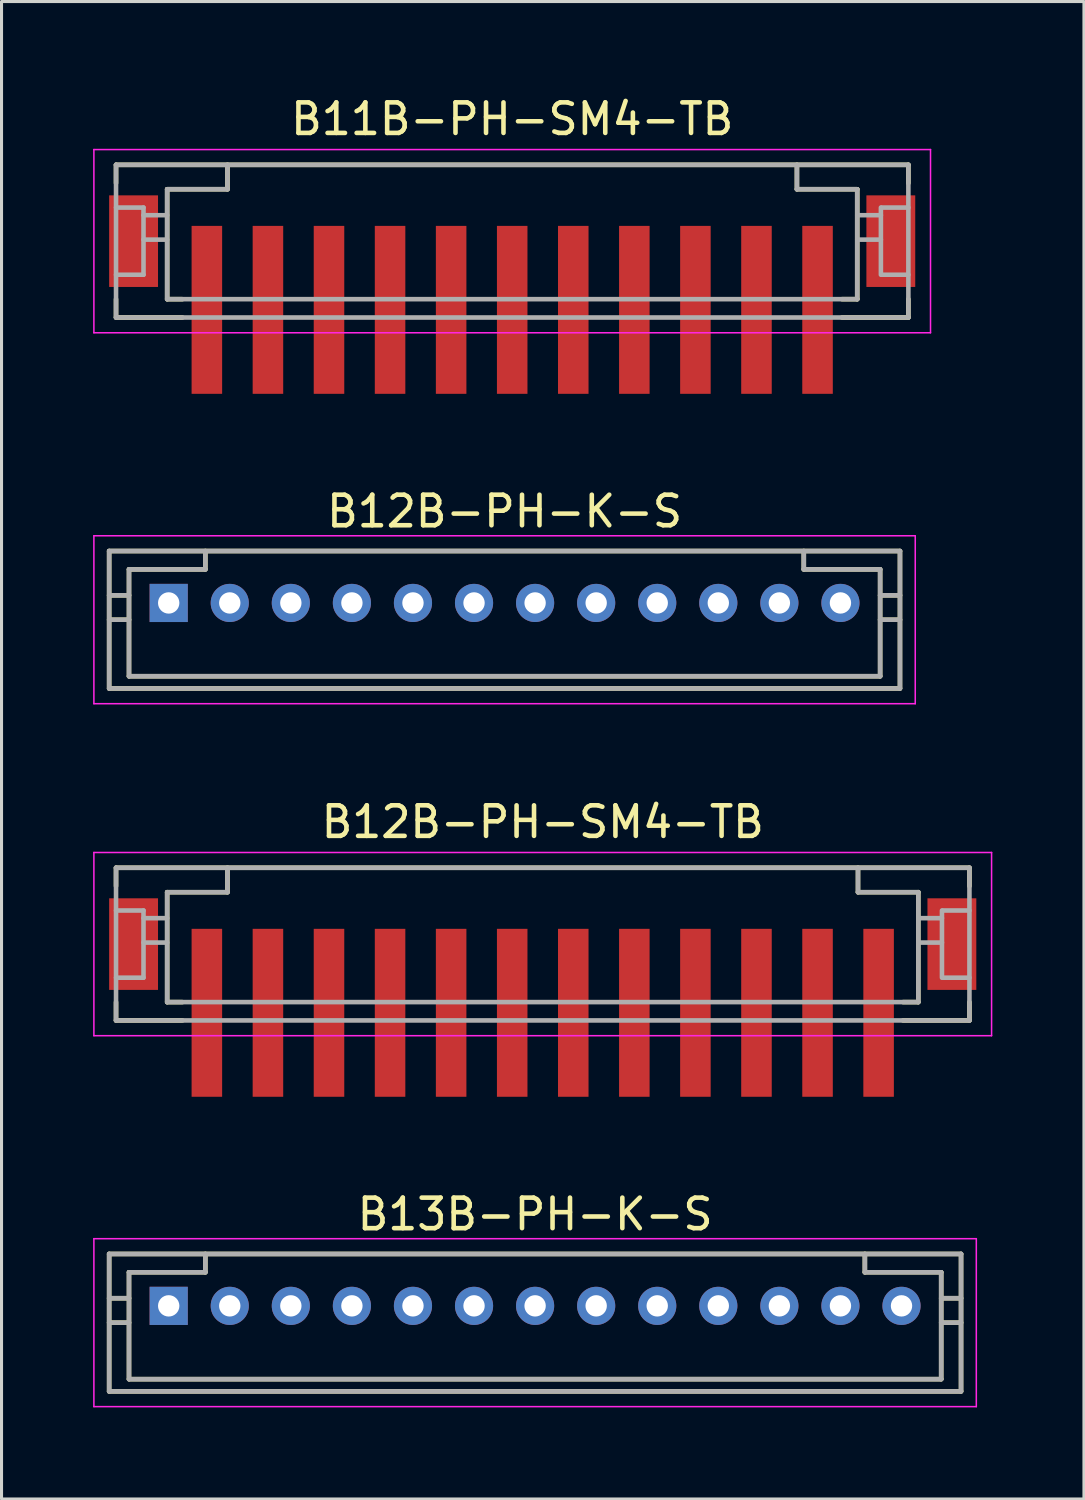
<source format=kicad_pcb>
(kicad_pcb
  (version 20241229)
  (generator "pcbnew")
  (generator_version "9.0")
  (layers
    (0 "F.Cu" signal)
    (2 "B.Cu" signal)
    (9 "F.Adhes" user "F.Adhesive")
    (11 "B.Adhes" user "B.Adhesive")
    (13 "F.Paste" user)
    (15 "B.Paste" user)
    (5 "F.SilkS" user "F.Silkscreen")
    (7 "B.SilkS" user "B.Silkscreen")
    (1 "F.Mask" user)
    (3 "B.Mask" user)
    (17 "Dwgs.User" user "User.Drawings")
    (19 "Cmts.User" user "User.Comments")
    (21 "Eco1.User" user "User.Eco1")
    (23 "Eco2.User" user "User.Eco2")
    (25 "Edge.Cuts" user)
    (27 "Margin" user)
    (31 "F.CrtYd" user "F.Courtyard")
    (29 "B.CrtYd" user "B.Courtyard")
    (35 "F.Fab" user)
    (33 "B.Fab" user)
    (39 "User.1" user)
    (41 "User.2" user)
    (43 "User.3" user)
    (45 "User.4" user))
  (footprint "B12B-PH-K-S"
    (layer "F.Cu")
    (at 13.475 16.697)
    (property "Reference" "B12B-PH-K-S" (at 0 -3 0) (layer "F.SilkS") (effects (font (size 1 1) (thickness 0.15))))
    (attr smd)
    (fp_line (start -12.95 -1.7) (end -12.95 2.8) (stroke (width 0.15) (type solid)) (layer "F.SilkS"))
    (fp_line (start -12.95 -1.7) (end 12.95 -1.7) (stroke (width 0.15) (type solid)) (layer "F.SilkS"))
    (fp_line (start -12.95 -0.25) (end -12.3 -0.25) (stroke (width 0.15) (type solid)) (layer "F.SilkS"))
    (fp_line (start -12.95 0.55) (end -12.3 0.55) (stroke (width 0.15) (type solid)) (layer "F.SilkS"))
    (fp_line (start -12.95 2.8) (end 12.95 2.8) (stroke (width 0.15) (type solid)) (layer "F.SilkS"))
    (fp_line (start -12.3 -1.1) (end -12.3 2.4) (stroke (width 0.15) (type solid)) (layer "F.SilkS"))
    (fp_line (start -12.3 -1.1) (end -9.8 -1.1) (stroke (width 0.15) (type solid)) (layer "F.SilkS"))
    (fp_line (start -12.3 2.4) (end 12.3 2.4) (stroke (width 0.15) (type solid)) (layer "F.SilkS"))
    (fp_line (start -9.8 -1.7) (end -9.8 -1.1) (stroke (width 0.15) (type solid)) (layer "F.SilkS"))
    (fp_line (start 9.8 -1.7) (end 9.8 -1.1) (stroke (width 0.15) (type solid)) (layer "F.SilkS"))
    (fp_line (start 9.8 -1.1) (end 12.3 -1.1) (stroke (width 0.15) (type solid)) (layer "F.SilkS"))
    (fp_line (start 12.3 -1.1) (end 12.3 2.4) (stroke (width 0.15) (type solid)) (layer "F.SilkS"))
    (fp_line (start 12.3 -0.25) (end 12.95 -0.25) (stroke (width 0.15) (type solid)) (layer "F.SilkS"))
    (fp_line (start 12.3 0.55) (end 12.95 0.55) (stroke (width 0.15) (type solid)) (layer "F.SilkS"))
    (fp_line (start 12.95 -1.7) (end 12.95 2.8) (stroke (width 0.15) (type solid)) (layer "F.SilkS"))
    (fp_line (start -13.45 -2.2) (end -13.45 3.3) (stroke (width 0.05) (type solid)) (layer "F.CrtYd"))
    (fp_line (start -13.45 -2.2) (end 13.45 -2.2) (stroke (width 0.05) (type solid)) (layer "F.CrtYd"))
    (fp_line (start -13.45 3.3) (end 13.45 3.3) (stroke (width 0.05) (type solid)) (layer "F.CrtYd"))
    (fp_line (start 13.45 -2.2) (end 13.45 3.3) (stroke (width 0.05) (type solid)) (layer "F.CrtYd"))
    (fp_line (start -12.95 -1.7) (end -12.95 2.8) (stroke (width 0.15) (type solid)) (layer "F.Fab"))
    (fp_line (start -12.95 -1.7) (end 12.95 -1.7) (stroke (width 0.15) (type solid)) (layer "F.Fab"))
    (fp_line (start -12.95 -0.25) (end -12.3 -0.25) (stroke (width 0.15) (type solid)) (layer "F.Fab"))
    (fp_line (start -12.95 0.55) (end -12.3 0.55) (stroke (width 0.15) (type solid)) (layer "F.Fab"))
    (fp_line (start -12.95 2.8) (end 12.95 2.8) (stroke (width 0.15) (type solid)) (layer "F.Fab"))
    (fp_line (start -12.3 -1.1) (end -12.3 2.4) (stroke (width 0.15) (type solid)) (layer "F.Fab"))
    (fp_line (start -12.3 -1.1) (end -9.8 -1.1) (stroke (width 0.15) (type solid)) (layer "F.Fab"))
    (fp_line (start -12.3 2.4) (end 12.3 2.4) (stroke (width 0.15) (type solid)) (layer "F.Fab"))
    (fp_line (start -9.8 -1.7) (end -9.8 -1.1) (stroke (width 0.15) (type solid)) (layer "F.Fab"))
    (fp_line (start 9.8 -1.7) (end 9.8 -1.1) (stroke (width 0.15) (type solid)) (layer "F.Fab"))
    (fp_line (start 9.8 -1.1) (end 12.3 -1.1) (stroke (width 0.15) (type solid)) (layer "F.Fab"))
    (fp_line (start 12.3 -1.1) (end 12.3 2.4) (stroke (width 0.15) (type solid)) (layer "F.Fab"))
    (fp_line (start 12.3 -0.25) (end 12.95 -0.25) (stroke (width 0.15) (type solid)) (layer "F.Fab"))
    (fp_line (start 12.3 0.55) (end 12.95 0.55) (stroke (width 0.15) (type solid)) (layer "F.Fab"))
    (fp_line (start 12.95 -1.7) (end 12.95 2.8) (stroke (width 0.15) (type solid)) (layer "F.Fab"))
    (pad "1" thru_hole rect (at -11 0) (size 1.25 1.25) (drill 0.7) (layers "*.Cu" "*.Mask"))
    (pad "2" thru_hole circle (at -9 0) (size 1.25 1.25) (drill 0.7) (layers "*.Cu" "*.Mask"))
    (pad "3" thru_hole circle (at -7 0) (size 1.25 1.25) (drill 0.7) (layers "*.Cu" "*.Mask"))
    (pad "4" thru_hole circle (at -5 0) (size 1.25 1.25) (drill 0.7) (layers "*.Cu" "*.Mask"))
    (pad "5" thru_hole circle (at -3 0) (size 1.25 1.25) (drill 0.7) (layers "*.Cu" "*.Mask"))
    (pad "6" thru_hole circle (at -1 0) (size 1.25 1.25) (drill 0.7) (layers "*.Cu" "*.Mask"))
    (pad "7" thru_hole circle (at 1 0) (size 1.25 1.25) (drill 0.7) (layers "*.Cu" "*.Mask"))
    (pad "8" thru_hole circle (at 3 0) (size 1.25 1.25) (drill 0.7) (layers "*.Cu" "*.Mask"))
    (pad "9" thru_hole circle (at 5 0) (size 1.25 1.25) (drill 0.7) (layers "*.Cu" "*.Mask"))
    (pad "10" thru_hole circle (at 7 0) (size 1.25 1.25) (drill 0.7) (layers "*.Cu" "*.Mask"))
    (pad "11" thru_hole circle (at 9 0) (size 1.25 1.25) (drill 0.7) (layers "*.Cu" "*.Mask"))
    (pad "12" thru_hole circle (at 11 0) (size 1.25 1.25) (drill 0.7) (layers "*.Cu" "*.Mask")))
  (footprint "B11B-PH-SM4-TB"
    (layer "F.Cu")
    (at 13.725 4.348)
    (property "Reference" "B11B-PH-SM4-TB" (at 0 -3.5 0) (layer "F.SilkS") (effects (font (size 1 1) (thickness 0.15))))
    (attr smd)
    (fp_line (start -12.975 -2) (end -12.975 -1.4) (stroke (width 0.15) (type solid)) (layer "F.SilkS"))
    (fp_line (start -12.975 -2) (end 12.975 -2) (stroke (width 0.15) (type solid)) (layer "F.SilkS"))
    (fp_line (start -12.975 2.4) (end -12.975 3) (stroke (width 0.15) (type solid)) (layer "F.SilkS"))
    (fp_line (start -12.975 3) (end -10.8 3) (stroke (width 0.15) (type solid)) (layer "F.SilkS"))
    (fp_line (start -11.3 -1.2) (end -11.3 2.4) (stroke (width 0.15) (type solid)) (layer "F.SilkS"))
    (fp_line (start -11.3 -1.2) (end -9.325 -1.2) (stroke (width 0.15) (type solid)) (layer "F.SilkS"))
    (fp_line (start -11.3 2.4) (end -10.8 2.4) (stroke (width 0.15) (type solid)) (layer "F.SilkS"))
    (fp_line (start -9.325 -2) (end -9.325 -1.2) (stroke (width 0.15) (type solid)) (layer "F.SilkS"))
    (fp_line (start 9.325 -2) (end 9.325 -1.2) (stroke (width 0.15) (type solid)) (layer "F.SilkS"))
    (fp_line (start 9.325 -1.2) (end 11.3 -1.2) (stroke (width 0.15) (type solid)) (layer "F.SilkS"))
    (fp_line (start 10.8 2.4) (end 11.3 2.4) (stroke (width 0.15) (type solid)) (layer "F.SilkS"))
    (fp_line (start 10.8 3) (end 12.975 3) (stroke (width 0.15) (type solid)) (layer "F.SilkS"))
    (fp_line (start 11.3 -1.2) (end 11.3 2.4) (stroke (width 0.15) (type solid)) (layer "F.SilkS"))
    (fp_line (start 12.975 -2) (end 12.975 -1.4) (stroke (width 0.15) (type solid)) (layer "F.SilkS"))
    (fp_line (start 12.975 2.4) (end 12.975 3) (stroke (width 0.15) (type solid)) (layer "F.SilkS"))
    (fp_line (start -13.7 -2.5) (end -13.7 3.5) (stroke (width 0.05) (type solid)) (layer "F.CrtYd"))
    (fp_line (start -13.7 -2.5) (end 13.7 -2.5) (stroke (width 0.05) (type solid)) (layer "F.CrtYd"))
    (fp_line (start -13.7 3.5) (end 13.7 3.5) (stroke (width 0.05) (type solid)) (layer "F.CrtYd"))
    (fp_line (start 13.7 -2.5) (end 13.7 3.5) (stroke (width 0.05) (type solid)) (layer "F.CrtYd"))
    (fp_line (start -12.975 -2) (end -12.975 3) (stroke (width 0.15) (type solid)) (layer "F.Fab"))
    (fp_line (start -12.975 -2) (end 12.975 -2) (stroke (width 0.15) (type solid)) (layer "F.Fab"))
    (fp_line (start -12.975 -0.6) (end -12.075 -0.6) (stroke (width 0.15) (type solid)) (layer "F.Fab"))
    (fp_line (start -12.975 1.6) (end -12.075 1.6) (stroke (width 0.15) (type solid)) (layer "F.Fab"))
    (fp_line (start -12.975 3) (end 12.975 3) (stroke (width 0.15) (type solid)) (layer "F.Fab"))
    (fp_line (start -12.075 -0.6) (end -12.075 1.6) (stroke (width 0.15) (type solid)) (layer "F.Fab"))
    (fp_line (start -12.075 -0.35) (end -11.3 -0.35) (stroke (width 0.15) (type solid)) (layer "F.Fab"))
    (fp_line (start -12.075 0.45) (end -11.3 0.45) (stroke (width 0.15) (type solid)) (layer "F.Fab"))
    (fp_line (start -11.3 -1.2) (end -11.3 2.4) (stroke (width 0.15) (type solid)) (layer "F.Fab"))
    (fp_line (start -11.3 -1.2) (end -9.325 -1.2) (stroke (width 0.15) (type solid)) (layer "F.Fab"))
    (fp_line (start -11.3 2.4) (end 11.3 2.4) (stroke (width 0.15) (type solid)) (layer "F.Fab"))
    (fp_line (start -9.325 -2) (end -9.325 -1.2) (stroke (width 0.15) (type solid)) (layer "F.Fab"))
    (fp_line (start 9.325 -2) (end 9.325 -1.2) (stroke (width 0.15) (type solid)) (layer "F.Fab"))
    (fp_line (start 9.325 -1.2) (end 11.3 -1.2) (stroke (width 0.15) (type solid)) (layer "F.Fab"))
    (fp_line (start 11.3 -1.2) (end 11.3 2.4) (stroke (width 0.15) (type solid)) (layer "F.Fab"))
    (fp_line (start 11.3 -0.35) (end 12.075 -0.35) (stroke (width 0.15) (type solid)) (layer "F.Fab"))
    (fp_line (start 11.3 0.45) (end 12.075 0.45) (stroke (width 0.15) (type solid)) (layer "F.Fab"))
    (fp_line (start 12.075 -0.6) (end 12.075 1.6) (stroke (width 0.15) (type solid)) (layer "F.Fab"))
    (fp_line (start 12.1 -0.6) (end 12.975 -0.6) (stroke (width 0.15) (type solid)) (layer "F.Fab"))
    (fp_line (start 12.1 1.6) (end 12.975 1.6) (stroke (width 0.15) (type solid)) (layer "F.Fab"))
    (fp_line (start 12.975 -2) (end 12.975 3) (stroke (width 0.15) (type solid)) (layer "F.Fab"))
    (pad "1" smd rect (at -10 2.75) (size 1 5.5) (layers "F.Cu" "F.Mask" "F.Paste"))
    (pad "2" smd rect (at -8 2.75) (size 1 5.5) (layers "F.Cu" "F.Mask" "F.Paste"))
    (pad "3" smd rect (at -6 2.75) (size 1 5.5) (layers "F.Cu" "F.Mask" "F.Paste"))
    (pad "4" smd rect (at -4 2.75) (size 1 5.5) (layers "F.Cu" "F.Mask" "F.Paste"))
    (pad "5" smd rect (at -2 2.75) (size 1 5.5) (layers "F.Cu" "F.Mask" "F.Paste"))
    (pad "6" smd rect (at 0 2.75) (size 1 5.5) (layers "F.Cu" "F.Mask" "F.Paste"))
    (pad "7" smd rect (at 2 2.75) (size 1 5.5) (layers "F.Cu" "F.Mask" "F.Paste"))
    (pad "8" smd rect (at 4 2.75) (size 1 5.5) (layers "F.Cu" "F.Mask" "F.Paste"))
    (pad "9" smd rect (at 6 2.75) (size 1 5.5) (layers "F.Cu" "F.Mask" "F.Paste"))
    (pad "10" smd rect (at 8 2.75) (size 1 5.5) (layers "F.Cu" "F.Mask" "F.Paste"))
    (pad "11" smd rect (at 10 2.75) (size 1 5.5) (layers "F.Cu" "F.Mask" "F.Paste"))
    (pad "S" smd rect (at -12.4 0.5) (size 1.6 3) (layers "F.Cu" "F.Mask" "F.Paste"))
    (pad "S" smd rect (at 12.4 0.5) (size 1.6 3) (layers "F.Cu" "F.Mask" "F.Paste")))
  (footprint "B13B-PH-K-S"
    (layer "F.Cu")
    (at 14.475 39.718)
    (property "Reference" "B13B-PH-K-S" (at 0 -3 0) (layer "F.SilkS") (effects (font (size 1 1) (thickness 0.15))))
    (attr smd)
    (fp_line (start -13.95 -1.7) (end -13.95 2.8) (stroke (width 0.15) (type solid)) (layer "F.SilkS"))
    (fp_line (start -13.95 -1.7) (end 13.95 -1.7) (stroke (width 0.15) (type solid)) (layer "F.SilkS"))
    (fp_line (start -13.95 -0.25) (end -13.3 -0.25) (stroke (width 0.15) (type solid)) (layer "F.SilkS"))
    (fp_line (start -13.95 0.55) (end -13.3 0.55) (stroke (width 0.15) (type solid)) (layer "F.SilkS"))
    (fp_line (start -13.95 2.8) (end 13.95 2.8) (stroke (width 0.15) (type solid)) (layer "F.SilkS"))
    (fp_line (start -13.3 -1.1) (end -13.3 2.4) (stroke (width 0.15) (type solid)) (layer "F.SilkS"))
    (fp_line (start -13.3 -1.1) (end -10.8 -1.1) (stroke (width 0.15) (type solid)) (layer "F.SilkS"))
    (fp_line (start -13.3 2.4) (end 13.3 2.4) (stroke (width 0.15) (type solid)) (layer "F.SilkS"))
    (fp_line (start -10.8 -1.7) (end -10.8 -1.1) (stroke (width 0.15) (type solid)) (layer "F.SilkS"))
    (fp_line (start 10.8 -1.7) (end 10.8 -1.1) (stroke (width 0.15) (type solid)) (layer "F.SilkS"))
    (fp_line (start 10.8 -1.1) (end 13.3 -1.1) (stroke (width 0.15) (type solid)) (layer "F.SilkS"))
    (fp_line (start 13.3 -1.1) (end 13.3 2.4) (stroke (width 0.15) (type solid)) (layer "F.SilkS"))
    (fp_line (start 13.3 -0.25) (end 13.95 -0.25) (stroke (width 0.15) (type solid)) (layer "F.SilkS"))
    (fp_line (start 13.3 0.55) (end 13.95 0.55) (stroke (width 0.15) (type solid)) (layer "F.SilkS"))
    (fp_line (start 13.95 -1.7) (end 13.95 2.8) (stroke (width 0.15) (type solid)) (layer "F.SilkS"))
    (fp_line (start -14.45 -2.2) (end -14.45 3.3) (stroke (width 0.05) (type solid)) (layer "F.CrtYd"))
    (fp_line (start -14.45 -2.2) (end 14.45 -2.2) (stroke (width 0.05) (type solid)) (layer "F.CrtYd"))
    (fp_line (start -14.45 3.3) (end 14.45 3.3) (stroke (width 0.05) (type solid)) (layer "F.CrtYd"))
    (fp_line (start 14.45 -2.2) (end 14.45 3.3) (stroke (width 0.05) (type solid)) (layer "F.CrtYd"))
    (fp_line (start -13.95 -1.7) (end -13.95 2.8) (stroke (width 0.15) (type solid)) (layer "F.Fab"))
    (fp_line (start -13.95 -1.7) (end 13.95 -1.7) (stroke (width 0.15) (type solid)) (layer "F.Fab"))
    (fp_line (start -13.95 -0.25) (end -13.3 -0.25) (stroke (width 0.15) (type solid)) (layer "F.Fab"))
    (fp_line (start -13.95 0.55) (end -13.3 0.55) (stroke (width 0.15) (type solid)) (layer "F.Fab"))
    (fp_line (start -13.95 2.8) (end 13.95 2.8) (stroke (width 0.15) (type solid)) (layer "F.Fab"))
    (fp_line (start -13.3 -1.1) (end -13.3 2.4) (stroke (width 0.15) (type solid)) (layer "F.Fab"))
    (fp_line (start -13.3 -1.1) (end -10.8 -1.1) (stroke (width 0.15) (type solid)) (layer "F.Fab"))
    (fp_line (start -13.3 2.4) (end 13.3 2.4) (stroke (width 0.15) (type solid)) (layer "F.Fab"))
    (fp_line (start -10.8 -1.7) (end -10.8 -1.1) (stroke (width 0.15) (type solid)) (layer "F.Fab"))
    (fp_line (start 10.8 -1.7) (end 10.8 -1.1) (stroke (width 0.15) (type solid)) (layer "F.Fab"))
    (fp_line (start 10.8 -1.1) (end 13.3 -1.1) (stroke (width 0.15) (type solid)) (layer "F.Fab"))
    (fp_line (start 13.3 -1.1) (end 13.3 2.4) (stroke (width 0.15) (type solid)) (layer "F.Fab"))
    (fp_line (start 13.3 -0.25) (end 13.95 -0.25) (stroke (width 0.15) (type solid)) (layer "F.Fab"))
    (fp_line (start 13.3 0.55) (end 13.95 0.55) (stroke (width 0.15) (type solid)) (layer "F.Fab"))
    (fp_line (start 13.95 -1.7) (end 13.95 2.8) (stroke (width 0.15) (type solid)) (layer "F.Fab"))
    (pad "1" thru_hole rect (at -12 0) (size 1.25 1.25) (drill 0.7) (layers "*.Cu" "*.Mask"))
    (pad "2" thru_hole circle (at -10 0) (size 1.25 1.25) (drill 0.7) (layers "*.Cu" "*.Mask"))
    (pad "3" thru_hole circle (at -8 0) (size 1.25 1.25) (drill 0.7) (layers "*.Cu" "*.Mask"))
    (pad "4" thru_hole circle (at -6 0) (size 1.25 1.25) (drill 0.7) (layers "*.Cu" "*.Mask"))
    (pad "5" thru_hole circle (at -4 0) (size 1.25 1.25) (drill 0.7) (layers "*.Cu" "*.Mask"))
    (pad "6" thru_hole circle (at -2 0) (size 1.25 1.25) (drill 0.7) (layers "*.Cu" "*.Mask"))
    (pad "7" thru_hole circle (at 0 0) (size 1.25 1.25) (drill 0.7) (layers "*.Cu" "*.Mask"))
    (pad "8" thru_hole circle (at 2 0) (size 1.25 1.25) (drill 0.7) (layers "*.Cu" "*.Mask"))
    (pad "9" thru_hole circle (at 4 0) (size 1.25 1.25) (drill 0.7) (layers "*.Cu" "*.Mask"))
    (pad "10" thru_hole circle (at 6 0) (size 1.25 1.25) (drill 0.7) (layers "*.Cu" "*.Mask"))
    (pad "11" thru_hole circle (at 8 0) (size 1.25 1.25) (drill 0.7) (layers "*.Cu" "*.Mask"))
    (pad "12" thru_hole circle (at 10 0) (size 1.25 1.25) (drill 0.7) (layers "*.Cu" "*.Mask"))
    (pad "13" thru_hole circle (at 12 0) (size 1.25 1.25) (drill 0.7) (layers "*.Cu" "*.Mask")))
  (footprint "B12B-PH-SM4-TB"
    (layer "F.Cu")
    (at 14.725 27.37)
    (property "Reference" "B12B-PH-SM4-TB" (at 0 -3.5 0) (layer "F.SilkS") (effects (font (size 1 1) (thickness 0.15))))
    (attr smd)
    (fp_line (start -13.975 -2) (end -13.975 -1.4) (stroke (width 0.15) (type solid)) (layer "F.SilkS"))
    (fp_line (start -13.975 -2) (end 13.975 -2) (stroke (width 0.15) (type solid)) (layer "F.SilkS"))
    (fp_line (start -13.975 2.4) (end -13.975 3) (stroke (width 0.15) (type solid)) (layer "F.SilkS"))
    (fp_line (start -13.975 3) (end -11.8 3) (stroke (width 0.15) (type solid)) (layer "F.SilkS"))
    (fp_line (start -12.3 -1.2) (end -12.3 2.4) (stroke (width 0.15) (type solid)) (layer "F.SilkS"))
    (fp_line (start -12.3 -1.2) (end -10.325 -1.2) (stroke (width 0.15) (type solid)) (layer "F.SilkS"))
    (fp_line (start -12.3 2.4) (end -11.8 2.4) (stroke (width 0.15) (type solid)) (layer "F.SilkS"))
    (fp_line (start -10.325 -2) (end -10.325 -1.2) (stroke (width 0.15) (type solid)) (layer "F.SilkS"))
    (fp_line (start 10.325 -2) (end 10.325 -1.2) (stroke (width 0.15) (type solid)) (layer "F.SilkS"))
    (fp_line (start 10.325 -1.2) (end 12.3 -1.2) (stroke (width 0.15) (type solid)) (layer "F.SilkS"))
    (fp_line (start 11.8 2.4) (end 12.3 2.4) (stroke (width 0.15) (type solid)) (layer "F.SilkS"))
    (fp_line (start 11.8 3) (end 13.975 3) (stroke (width 0.15) (type solid)) (layer "F.SilkS"))
    (fp_line (start 12.3 -1.2) (end 12.3 2.4) (stroke (width 0.15) (type solid)) (layer "F.SilkS"))
    (fp_line (start 13.975 -2) (end 13.975 -1.4) (stroke (width 0.15) (type solid)) (layer "F.SilkS"))
    (fp_line (start 13.975 2.4) (end 13.975 3) (stroke (width 0.15) (type solid)) (layer "F.SilkS"))
    (fp_line (start -14.7 -2.5) (end -14.7 3.5) (stroke (width 0.05) (type solid)) (layer "F.CrtYd"))
    (fp_line (start -14.7 -2.5) (end 14.7 -2.5) (stroke (width 0.05) (type solid)) (layer "F.CrtYd"))
    (fp_line (start -14.7 3.5) (end 14.7 3.5) (stroke (width 0.05) (type solid)) (layer "F.CrtYd"))
    (fp_line (start 14.7 -2.5) (end 14.7 3.5) (stroke (width 0.05) (type solid)) (layer "F.CrtYd"))
    (fp_line (start -13.975 -2) (end -13.975 3) (stroke (width 0.15) (type solid)) (layer "F.Fab"))
    (fp_line (start -13.975 -2) (end 13.975 -2) (stroke (width 0.15) (type solid)) (layer "F.Fab"))
    (fp_line (start -13.975 -0.6) (end -13.075 -0.6) (stroke (width 0.15) (type solid)) (layer "F.Fab"))
    (fp_line (start -13.975 1.6) (end -13.075 1.6) (stroke (width 0.15) (type solid)) (layer "F.Fab"))
    (fp_line (start -13.975 3) (end 13.975 3) (stroke (width 0.15) (type solid)) (layer "F.Fab"))
    (fp_line (start -13.075 -0.6) (end -13.075 1.6) (stroke (width 0.15) (type solid)) (layer "F.Fab"))
    (fp_line (start -13.075 -0.35) (end -12.3 -0.35) (stroke (width 0.15) (type solid)) (layer "F.Fab"))
    (fp_line (start -13.075 0.45) (end -12.3 0.45) (stroke (width 0.15) (type solid)) (layer "F.Fab"))
    (fp_line (start -12.3 -1.2) (end -12.3 2.4) (stroke (width 0.15) (type solid)) (layer "F.Fab"))
    (fp_line (start -12.3 -1.2) (end -10.325 -1.2) (stroke (width 0.15) (type solid)) (layer "F.Fab"))
    (fp_line (start -12.3 2.4) (end 12.3 2.4) (stroke (width 0.15) (type solid)) (layer "F.Fab"))
    (fp_line (start -10.325 -2) (end -10.325 -1.2) (stroke (width 0.15) (type solid)) (layer "F.Fab"))
    (fp_line (start 10.325 -2) (end 10.325 -1.2) (stroke (width 0.15) (type solid)) (layer "F.Fab"))
    (fp_line (start 10.325 -1.2) (end 12.3 -1.2) (stroke (width 0.15) (type solid)) (layer "F.Fab"))
    (fp_line (start 12.3 -1.2) (end 12.3 2.4) (stroke (width 0.15) (type solid)) (layer "F.Fab"))
    (fp_line (start 12.3 -0.35) (end 13.075 -0.35) (stroke (width 0.15) (type solid)) (layer "F.Fab"))
    (fp_line (start 12.3 0.45) (end 13.075 0.45) (stroke (width 0.15) (type solid)) (layer "F.Fab"))
    (fp_line (start 13.075 -0.6) (end 13.075 1.6) (stroke (width 0.15) (type solid)) (layer "F.Fab"))
    (fp_line (start 13.1 -0.6) (end 13.975 -0.6) (stroke (width 0.15) (type solid)) (layer "F.Fab"))
    (fp_line (start 13.1 1.6) (end 13.975 1.6) (stroke (width 0.15) (type solid)) (layer "F.Fab"))
    (fp_line (start 13.975 -2) (end 13.975 3) (stroke (width 0.15) (type solid)) (layer "F.Fab"))
    (pad "1" smd rect (at -11 2.75) (size 1 5.5) (layers "F.Cu" "F.Mask" "F.Paste"))
    (pad "2" smd rect (at -9 2.75) (size 1 5.5) (layers "F.Cu" "F.Mask" "F.Paste"))
    (pad "3" smd rect (at -7 2.75) (size 1 5.5) (layers "F.Cu" "F.Mask" "F.Paste"))
    (pad "4" smd rect (at -5 2.75) (size 1 5.5) (layers "F.Cu" "F.Mask" "F.Paste"))
    (pad "5" smd rect (at -3 2.75) (size 1 5.5) (layers "F.Cu" "F.Mask" "F.Paste"))
    (pad "6" smd rect (at -1 2.75) (size 1 5.5) (layers "F.Cu" "F.Mask" "F.Paste"))
    (pad "7" smd rect (at 1 2.75) (size 1 5.5) (layers "F.Cu" "F.Mask" "F.Paste"))
    (pad "8" smd rect (at 3 2.75) (size 1 5.5) (layers "F.Cu" "F.Mask" "F.Paste"))
    (pad "9" smd rect (at 5 2.75) (size 1 5.5) (layers "F.Cu" "F.Mask" "F.Paste"))
    (pad "10" smd rect (at 7 2.75) (size 1 5.5) (layers "F.Cu" "F.Mask" "F.Paste"))
    (pad "11" smd rect (at 9 2.75) (size 1 5.5) (layers "F.Cu" "F.Mask" "F.Paste"))
    (pad "12" smd rect (at 11 2.75) (size 1 5.5) (layers "F.Cu" "F.Mask" "F.Paste"))
    (pad "S" smd rect (at -13.4 0.5) (size 1.6 3) (layers "F.Cu" "F.Mask" "F.Paste"))
    (pad "S" smd rect (at 13.4 0.5) (size 1.6 3) (layers "F.Cu" "F.Mask" "F.Paste")))
  (gr_rect
    (start -3 -3)
    (end 32.45 46.043)
    (stroke (width 0.1) (type default))
    (fill no)
    (layer "Edge.Cuts")))
</source>
